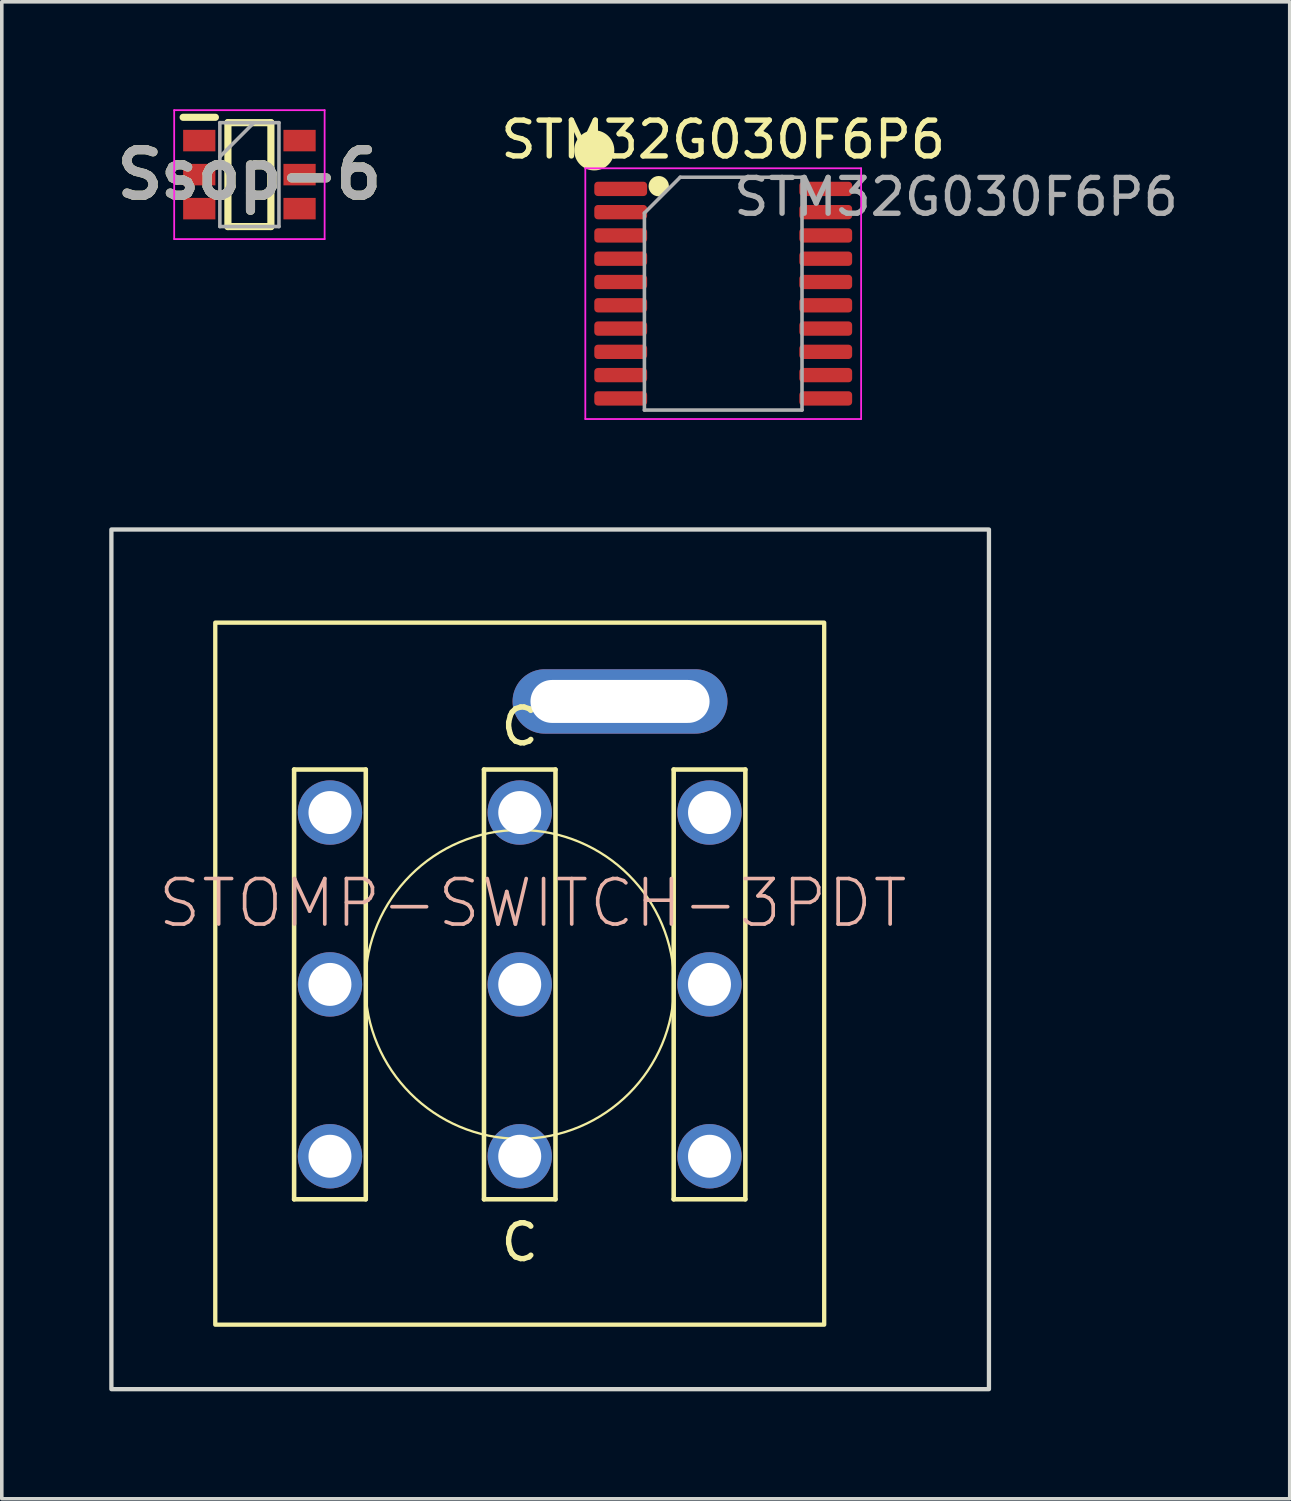
<source format=kicad_pcb>
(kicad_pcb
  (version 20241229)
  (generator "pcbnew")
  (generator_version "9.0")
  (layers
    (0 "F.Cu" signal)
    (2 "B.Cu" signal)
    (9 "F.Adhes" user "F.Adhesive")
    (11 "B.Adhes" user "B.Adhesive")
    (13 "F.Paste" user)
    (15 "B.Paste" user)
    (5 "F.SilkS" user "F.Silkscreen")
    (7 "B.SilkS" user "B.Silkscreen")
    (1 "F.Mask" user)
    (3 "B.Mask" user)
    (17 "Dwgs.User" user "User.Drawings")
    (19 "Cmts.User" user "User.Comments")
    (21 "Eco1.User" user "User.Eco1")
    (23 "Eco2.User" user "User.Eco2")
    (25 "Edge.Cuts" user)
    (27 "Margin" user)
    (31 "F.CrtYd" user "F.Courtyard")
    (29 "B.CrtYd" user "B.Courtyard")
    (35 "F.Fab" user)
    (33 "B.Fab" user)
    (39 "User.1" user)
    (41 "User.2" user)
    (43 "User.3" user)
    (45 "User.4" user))
  (footprint "STM32G030F6P6"
    (layer "F.Cu")
    (at 17.141 5.148)
    (property "Reference" "STM32G030F6P6" (at 0 -4.3 0) (unlocked yes) (layer "F.SilkS") (effects (font (size 1 1) (thickness 0.15))))
    (attr smd)
    (fp_circle (center -3.6 -4) (end -3.1 -4) (stroke (width 0.12) (type solid)) (fill yes) (layer "F.SilkS"))
    (fp_circle (center -1.8 -3) (end -1.576 -3) (stroke (width 0.12) (type solid)) (fill yes) (layer "F.SilkS"))
    (fp_line (start -3.85 -3.5) (end -3.85 3.5) (stroke (width 0.05) (type solid)) (layer "F.CrtYd"))
    (fp_line (start -3.85 3.5) (end 3.85 3.5) (stroke (width 0.05) (type solid)) (layer "F.CrtYd"))
    (fp_line (start 3.85 -3.5) (end -3.85 -3.5) (stroke (width 0.05) (type solid)) (layer "F.CrtYd"))
    (fp_line (start 3.85 3.5) (end 3.85 -3.5) (stroke (width 0.05) (type solid)) (layer "F.CrtYd"))
    (fp_line (start -2.2 -2.25) (end -1.2 -3.25) (stroke (width 0.1) (type solid)) (layer "F.Fab"))
    (fp_line (start -2.2 3.25) (end -2.2 -2.25) (stroke (width 0.1) (type solid)) (layer "F.Fab"))
    (fp_line (start -1.2 -3.25) (end 2.2 -3.25) (stroke (width 0.1) (type solid)) (layer "F.Fab"))
    (fp_line (start 2.2 -3.25) (end 2.2 3.25) (stroke (width 0.1) (type solid)) (layer "F.Fab"))
    (fp_line (start 2.2 3.25) (end -2.2 3.25) (stroke (width 0.1) (type solid)) (layer "F.Fab"))
    (fp_text user "${REFERENCE}" (at 6.5 -2.7 0) (unlocked yes) (layer "F.Fab") (effects (font (size 1 1) (thickness 0.15))))
    (pad "1" smd roundrect (at -2.862 -2.925) (size 1.475 0.4) (layers "F.Cu" "F.Mask" "F.Paste") (roundrect_rratio 0.25))
    (pad "2" smd roundrect (at -2.862 -2.275) (size 1.475 0.4) (layers "F.Cu" "F.Mask" "F.Paste") (roundrect_rratio 0.25))
    (pad "3" smd roundrect (at -2.862 -1.625) (size 1.475 0.4) (layers "F.Cu" "F.Mask" "F.Paste") (roundrect_rratio 0.25))
    (pad "4" smd roundrect (at -2.862 -0.975) (size 1.475 0.4) (layers "F.Cu" "F.Mask" "F.Paste") (roundrect_rratio 0.25))
    (pad "5" smd roundrect (at -2.862 -0.325) (size 1.475 0.4) (layers "F.Cu" "F.Mask" "F.Paste") (roundrect_rratio 0.25))
    (pad "6" smd roundrect (at -2.862 0.325) (size 1.475 0.4) (layers "F.Cu" "F.Mask" "F.Paste") (roundrect_rratio 0.25))
    (pad "7" smd roundrect (at -2.862 0.975) (size 1.475 0.4) (layers "F.Cu" "F.Mask" "F.Paste") (roundrect_rratio 0.25))
    (pad "8" smd roundrect (at -2.862 1.625) (size 1.475 0.4) (layers "F.Cu" "F.Mask" "F.Paste") (roundrect_rratio 0.25))
    (pad "9" smd roundrect (at -2.862 2.275) (size 1.475 0.4) (layers "F.Cu" "F.Mask" "F.Paste") (roundrect_rratio 0.25))
    (pad "10" smd roundrect (at -2.862 2.925) (size 1.475 0.4) (layers "F.Cu" "F.Mask" "F.Paste") (roundrect_rratio 0.25))
    (pad "11" smd roundrect (at 2.862 2.925) (size 1.475 0.4) (layers "F.Cu" "F.Mask" "F.Paste") (roundrect_rratio 0.25))
    (pad "12" smd roundrect (at 2.862 2.275) (size 1.475 0.4) (layers "F.Cu" "F.Mask" "F.Paste") (roundrect_rratio 0.25))
    (pad "13" smd roundrect (at 2.862 1.625) (size 1.475 0.4) (layers "F.Cu" "F.Mask" "F.Paste") (roundrect_rratio 0.25))
    (pad "14" smd roundrect (at 2.862 0.975) (size 1.475 0.4) (layers "F.Cu" "F.Mask" "F.Paste") (roundrect_rratio 0.25))
    (pad "15" smd roundrect (at 2.862 0.325) (size 1.475 0.4) (layers "F.Cu" "F.Mask" "F.Paste") (roundrect_rratio 0.25))
    (pad "16" smd roundrect (at 2.862 -0.325) (size 1.475 0.4) (layers "F.Cu" "F.Mask" "F.Paste") (roundrect_rratio 0.25))
    (pad "17" smd roundrect (at 2.862 -0.975) (size 1.475 0.4) (layers "F.Cu" "F.Mask" "F.Paste") (roundrect_rratio 0.25))
    (pad "18" smd roundrect (at 2.862 -1.625) (size 1.475 0.4) (layers "F.Cu" "F.Mask" "F.Paste") (roundrect_rratio 0.25))
    (pad "19" smd roundrect (at 2.862 -2.275) (size 1.475 0.4) (layers "F.Cu" "F.Mask" "F.Paste") (roundrect_rratio 0.25))
    (pad "20" smd roundrect (at 2.862 -2.925) (size 1.475 0.4) (layers "F.Cu" "F.Mask" "F.Paste") (roundrect_rratio 0.25)))
  (footprint "Ssop-6"
    (layer "F.Cu")
    (at 3.913 1.825)
    (property "Reference" "Ssop-6" (at 0 0 0) (layer "F.SilkS") (effects (font (size 1.27 1.27) (thickness 0.254))))
    (attr smd)
    (fp_line (start -1.85 -1.6) (end -0.95 -1.6) (stroke (width 0.2) (type solid)) (layer "F.SilkS"))
    (fp_line (start -0.6 -1.45) (end 0.6 -1.45) (stroke (width 0.2) (type solid)) (layer "F.SilkS"))
    (fp_line (start -0.6 1.45) (end -0.6 -1.45) (stroke (width 0.2) (type solid)) (layer "F.SilkS"))
    (fp_line (start 0.6 -1.45) (end 0.6 1.45) (stroke (width 0.2) (type solid)) (layer "F.SilkS"))
    (fp_line (start 0.6 1.45) (end -0.6 1.45) (stroke (width 0.2) (type solid)) (layer "F.SilkS"))
    (fp_line (start -2.1 -1.8) (end 2.1 -1.8) (stroke (width 0.05) (type solid)) (layer "F.CrtYd"))
    (fp_line (start -2.1 1.8) (end -2.1 -1.8) (stroke (width 0.05) (type solid)) (layer "F.CrtYd"))
    (fp_line (start 2.1 -1.8) (end 2.1 1.8) (stroke (width 0.05) (type solid)) (layer "F.CrtYd"))
    (fp_line (start 2.1 1.8) (end -2.1 1.8) (stroke (width 0.05) (type solid)) (layer "F.CrtYd"))
    (fp_line (start -0.825 -1.45) (end 0.825 -1.45) (stroke (width 0.1) (type solid)) (layer "F.Fab"))
    (fp_line (start -0.825 -0.5) (end 0.125 -1.45) (stroke (width 0.1) (type solid)) (layer "F.Fab"))
    (fp_line (start -0.825 1.45) (end -0.825 -1.45) (stroke (width 0.1) (type solid)) (layer "F.Fab"))
    (fp_line (start 0.825 -1.45) (end 0.825 1.45) (stroke (width 0.1) (type solid)) (layer "F.Fab"))
    (fp_line (start 0.825 1.45) (end -0.825 1.45) (stroke (width 0.1) (type solid)) (layer "F.Fab"))
    (fp_text user "${REFERENCE}" (at 0 0 0) (layer "F.Fab") (effects (font (size 1.27 1.27) (thickness 0.254))))
    (pad "1" smd rect (at -1.4 -0.95 90) (size 0.6 0.9) (layers "F.Cu" "F.Mask" "F.Paste"))
    (pad "2" smd rect (at -1.4 0 90) (size 0.6 0.9) (layers "F.Cu" "F.Mask" "F.Paste"))
    (pad "3" smd rect (at -1.4 0.95 90) (size 0.6 0.9) (layers "F.Cu" "F.Mask" "F.Paste"))
    (pad "4" smd rect (at 1.4 0.95 90) (size 0.6 0.9) (layers "F.Cu" "F.Mask" "F.Paste"))
    (pad "5" smd rect (at 1.4 0 90) (size 0.6 0.9) (layers "F.Cu" "F.Mask" "F.Paste"))
    (pad "6" smd rect (at 1.4 -0.95 90) (size 0.6 0.9) (layers "F.Cu" "F.Mask" "F.Paste")))
  (footprint "STOMP-SWITCH-3PDT"
    (layer "F.Cu")
    (at 11.46 24.433)
    (property "Reference" "STOMP-SWITCH-3PDT" (at 0.363 -2.268 0) (layer "B.SilkS") (effects (font (size 1.27 1.27) (thickness 0.102))))
    (attr exclude_from_pos_files exclude_from_bom)
    (fp_line (start -6.299 -5.999) (end -6.299 5.999) (stroke (width 0.127) (type solid)) (layer "F.SilkS"))
    (fp_line (start -6.299 5.999) (end -4.298 5.999) (stroke (width 0.127) (type solid)) (layer "F.SilkS"))
    (fp_line (start -4.298 -5.999) (end -6.299 -5.999) (stroke (width 0.127) (type solid)) (layer "F.SilkS"))
    (fp_line (start -4.298 5.999) (end -4.298 -5.999) (stroke (width 0.127) (type solid)) (layer "F.SilkS"))
    (fp_line (start -0.998 -5.999) (end 0.998 -5.999) (stroke (width 0.127) (type solid)) (layer "F.SilkS"))
    (fp_line (start -0.998 5.999) (end -0.998 -5.999) (stroke (width 0.127) (type solid)) (layer "F.SilkS"))
    (fp_line (start 0.998 -5.999) (end 0.998 5.999) (stroke (width 0.127) (type solid)) (layer "F.SilkS"))
    (fp_line (start 0.998 5.999) (end -0.998 5.999) (stroke (width 0.127) (type solid)) (layer "F.SilkS"))
    (fp_line (start 4.298 -5.999) (end 4.298 5.999) (stroke (width 0.127) (type solid)) (layer "F.SilkS"))
    (fp_line (start 4.298 5.999) (end 6.299 5.999) (stroke (width 0.127) (type solid)) (layer "F.SilkS"))
    (fp_line (start 6.299 -5.999) (end 4.298 -5.999) (stroke (width 0.127) (type solid)) (layer "F.SilkS"))
    (fp_line (start 6.299 5.999) (end 6.299 -5.999) (stroke (width 0.127) (type solid)) (layer "F.SilkS"))
    (fp_rect (start -8.5 -10.1) (end 8.5 9.5) (stroke (width 0.12) (type solid)) (fill no) (layer "F.SilkS"))
    (fp_circle (center 0 0) (end -3.048 3.048) (stroke (width 0.064) (type solid)) (fill no) (layer "F.SilkS"))
    (fp_rect (start 13.1 -12.7) (end -11.4 11.3) (stroke (width 0.12) (type solid)) (fill no) (layer "Edge.Cuts"))
    (fp_text user "C" (at 0 7.2 0) (unlocked yes) (layer "F.SilkS") (effects (font (size 1 1) (thickness 0.15))))
    (fp_text user "C" (at 0 -7.2 0) (unlocked yes) (layer "F.SilkS") (effects (font (size 1 1) (thickness 0.15))))
    (pad "1" thru_hole circle (at -5.298 4.798) (size 1.798 1.798) (drill 1.199) (layers "*.Cu" "F.Paste"))
    (pad "2" thru_hole circle (at 0 4.798) (size 1.798 1.798) (drill 1.199) (layers "*.Cu" "F.Paste"))
    (pad "3" thru_hole circle (at 5.298 4.798) (size 1.798 1.798) (drill 1.199) (layers "*.Cu" "F.Paste"))
    (pad "4" thru_hole circle (at -5.298 0) (size 1.798 1.798) (drill 1.199) (layers "*.Cu" "F.Paste"))
    (pad "5" thru_hole circle (at 0 0) (size 1.798 1.798) (drill 1.199) (layers "*.Cu" "F.Paste"))
    (pad "6" thru_hole circle (at 5.298 0) (size 1.798 1.798) (drill 1.199) (layers "*.Cu" "F.Paste"))
    (pad "7" thru_hole circle (at -5.298 -4.798) (size 1.798 1.798) (drill 1.199) (layers "*.Cu") (remove_unused_layers yes) (keep_end_layers yes) (zone_layer_connections))
    (pad "8" thru_hole circle (at 0 -4.798) (size 1.798 1.798) (drill 1.199) (layers "*.Cu" "F.Paste"))
    (pad "9" thru_hole circle (at 5.298 -4.798) (size 1.798 1.798) (drill 1.199) (layers "*.Cu" "F.Paste"))
    (pad "10" thru_hole oval (at 2.8 -7.9) (size 6 1.798) (drill oval 5 1.199) (layers "*.Cu")))
  (gr_rect
    (start -3 -3)
    (end 32.957 38.793)
    (stroke (width 0.1) (type default))
    (fill no)
    (layer "Edge.Cuts")))
</source>
